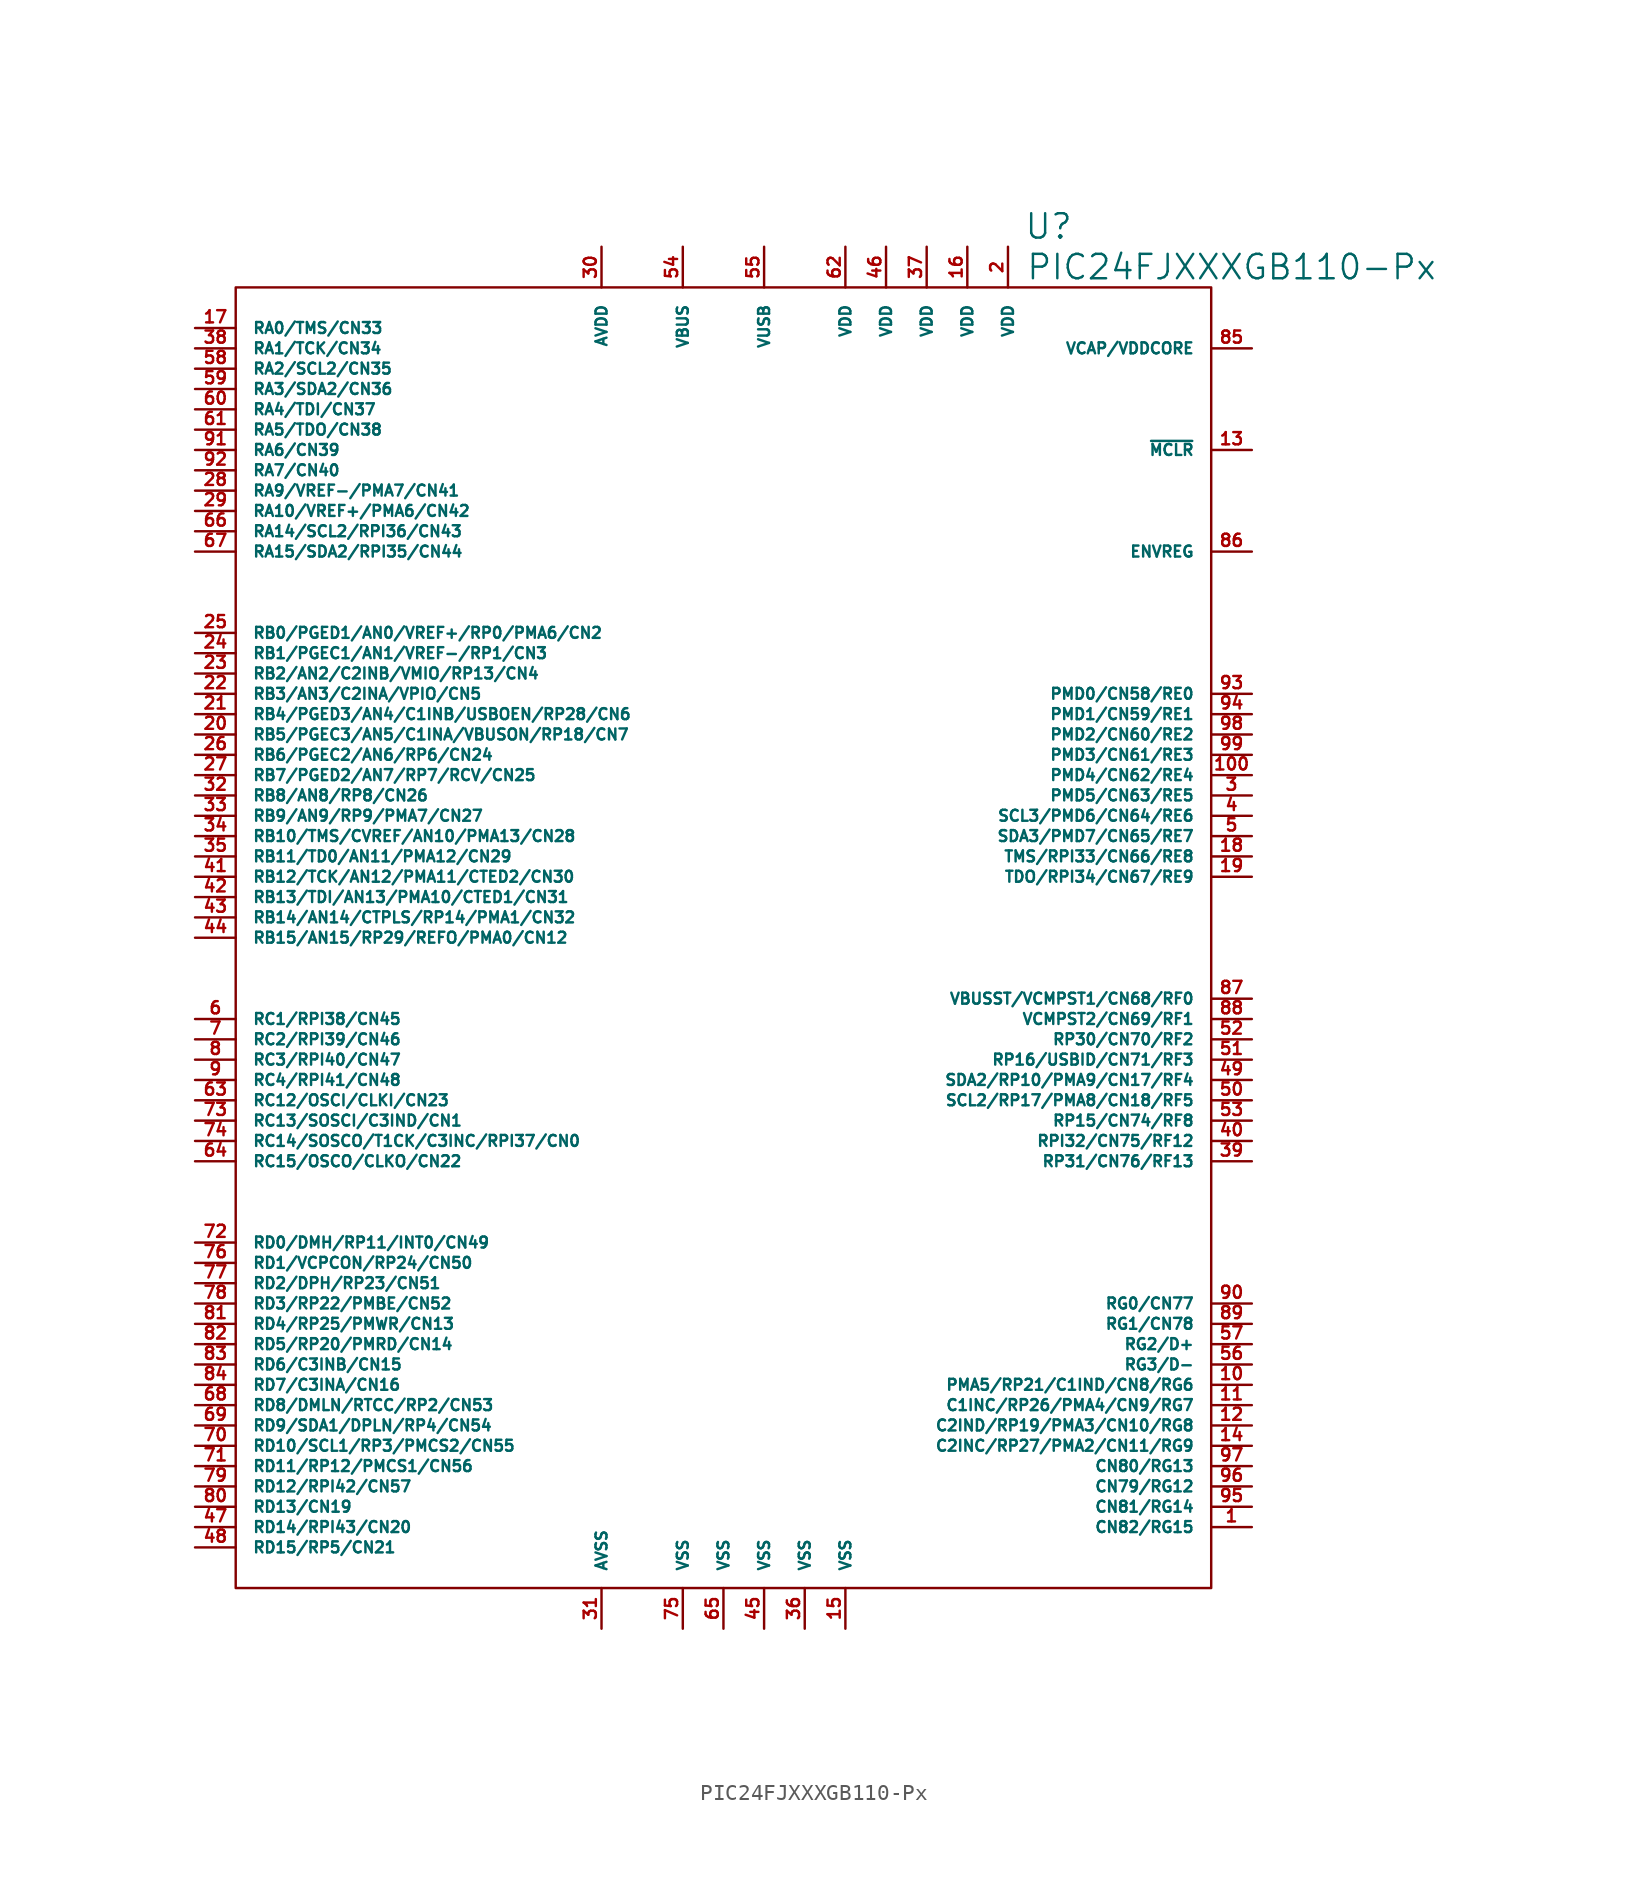
<source format=kicad_sym>
(kicad_symbol_lib
  (version 20220914)
  (generator kicad_symbol_editor)
  (symbol "PIC24FJXXXGB110-Px"
    (pin_names
      (offset 1.016))
    (property "Reference" "U"
      (at 20.32 44.45 0)
      (effects (font (size 1.524 1.524))))
    (property "Value" "PIC24FJXXXGB110-Px"
      (at 31.75 41.91 0)
      (effects (font (size 1.524 1.524))))
    (property "Footprint" ""
      (at 0 -8.89 0)
      (effects (font (size 1.524 1.524))))
    (property "Datasheet" ""
      (at 0 0 0)
      (effects (font (size 1.524 1.524))))
    (symbol "PIC24FJXXXGB110-Px_0_1"
      (rectangle (start -30.48 40.64) (end 30.48 -40.64) (stroke (width 0) (type solid)) (fill (type none))))
    (symbol "PIC24FJXXXGB110-Px_1_1"
      (pin passive line (at 33.02 -36.83 180) (length 2.54) (name "CN82/RG15" (effects (font (size 0.686 0.686)))) (number "1" (effects (font (size 0.762 0.762)))))
      (pin passive line (at 33.02 -27.94 180) (length 2.54) (name "PMA5/RP21/C1IND/CN8/RG6" (effects (font (size 0.686 0.686)))) (number "10" (effects (font (size 0.762 0.762)))))
      (pin passive line (at 33.02 10.16 180) (length 2.54) (name "PMD4/CN62/RE4" (effects (font (size 0.686 0.686)))) (number "100" (effects (font (size 0.762 0.762)))))
      (pin passive line (at 33.02 -29.21 180) (length 2.54) (name "C1INC/RP26/PMA4/CN9/RG7" (effects (font (size 0.686 0.686)))) (number "11" (effects (font (size 0.762 0.762)))))
      (pin passive line (at 33.02 -30.48 180) (length 2.54) (name "C2IND/RP19/PMA3/CN10/RG8" (effects (font (size 0.686 0.686)))) (number "12" (effects (font (size 0.762 0.762)))))
      (pin passive line (at 33.02 30.48 180) (length 2.54) (name "~{MCLR}" (effects (font (size 0.686 0.686)))) (number "13" (effects (font (size 0.762 0.762)))))
      (pin passive line (at 33.02 -31.75 180) (length 2.54) (name "C2INC/RP27/PMA2/CN11/RG9" (effects (font (size 0.686 0.686)))) (number "14" (effects (font (size 0.762 0.762)))))
      (pin passive line (at 7.62 -43.18 90) (length 2.54) (name "VSS" (effects (font (size 0.686 0.686)))) (number "15" (effects (font (size 0.762 0.762)))))
      (pin passive line (at 15.24 43.18 270) (length 2.54) (name "VDD" (effects (font (size 0.686 0.686)))) (number "16" (effects (font (size 0.762 0.762)))))
      (pin passive line (at -33.02 38.1 0) (length 2.54) (name "RA0/TMS/CN33" (effects (font (size 0.686 0.686)))) (number "17" (effects (font (size 0.762 0.762)))))
      (pin passive line (at 33.02 5.08 180) (length 2.54) (name "TMS/RPI33/CN66/RE8" (effects (font (size 0.686 0.686)))) (number "18" (effects (font (size 0.762 0.762)))))
      (pin passive line (at 33.02 3.81 180) (length 2.54) (name "TDO/RPI34/CN67/RE9" (effects (font (size 0.686 0.686)))) (number "19" (effects (font (size 0.762 0.762)))))
      (pin passive line (at 17.78 43.18 270) (length 2.54) (name "VDD" (effects (font (size 0.686 0.686)))) (number "2" (effects (font (size 0.762 0.762)))))
      (pin passive line (at -33.02 12.7 0) (length 2.54) (name "RB5/PGEC3/AN5/C1INA/VBUSON/RP18/CN7" (effects (font (size 0.686 0.686)))) (number "20" (effects (font (size 0.762 0.762)))))
      (pin passive line (at -33.02 13.97 0) (length 2.54) (name "RB4/PGED3/AN4/C1INB/USBOEN/RP28/CN6" (effects (font (size 0.686 0.686)))) (number "21" (effects (font (size 0.762 0.762)))))
      (pin passive line (at -33.02 15.24 0) (length 2.54) (name "RB3/AN3/C2INA/VPIO/CN5" (effects (font (size 0.686 0.686)))) (number "22" (effects (font (size 0.762 0.762)))))
      (pin passive line (at -33.02 16.51 0) (length 2.54) (name "RB2/AN2/C2INB/VMIO/RP13/CN4" (effects (font (size 0.686 0.686)))) (number "23" (effects (font (size 0.762 0.762)))))
      (pin passive line (at -33.02 17.78 0) (length 2.54) (name "RB1/PGEC1/AN1/VREF-/RP1/CN3" (effects (font (size 0.686 0.686)))) (number "24" (effects (font (size 0.762 0.762)))))
      (pin passive line (at -33.02 19.05 0) (length 2.54) (name "RB0/PGED1/AN0/VREF+/RP0/PMA6/CN2" (effects (font (size 0.686 0.686)))) (number "25" (effects (font (size 0.762 0.762)))))
      (pin passive line (at -33.02 11.43 0) (length 2.54) (name "RB6/PGEC2/AN6/RP6/CN24" (effects (font (size 0.686 0.686)))) (number "26" (effects (font (size 0.762 0.762)))))
      (pin passive line (at -33.02 10.16 0) (length 2.54) (name "RB7/PGED2/AN7/RP7/RCV/CN25" (effects (font (size 0.686 0.686)))) (number "27" (effects (font (size 0.762 0.762)))))
      (pin passive line (at -33.02 27.94 0) (length 2.54) (name "RA9/VREF-/PMA7/CN41" (effects (font (size 0.686 0.686)))) (number "28" (effects (font (size 0.762 0.762)))))
      (pin passive line (at -33.02 26.67 0) (length 2.54) (name "RA10/VREF+/PMA6/CN42" (effects (font (size 0.686 0.686)))) (number "29" (effects (font (size 0.762 0.762)))))
      (pin passive line (at 33.02 8.89 180) (length 2.54) (name "PMD5/CN63/RE5" (effects (font (size 0.686 0.686)))) (number "3" (effects (font (size 0.762 0.762)))))
      (pin passive line (at -7.62 43.18 270) (length 2.54) (name "AVDD" (effects (font (size 0.686 0.686)))) (number "30" (effects (font (size 0.762 0.762)))))
      (pin passive line (at -7.62 -43.18 90) (length 2.54) (name "AVSS" (effects (font (size 0.686 0.686)))) (number "31" (effects (font (size 0.762 0.762)))))
      (pin passive line (at -33.02 8.89 0) (length 2.54) (name "RB8/AN8/RP8/CN26" (effects (font (size 0.686 0.686)))) (number "32" (effects (font (size 0.762 0.762)))))
      (pin passive line (at -33.02 7.62 0) (length 2.54) (name "RB9/AN9/RP9/PMA7/CN27" (effects (font (size 0.686 0.686)))) (number "33" (effects (font (size 0.762 0.762)))))
      (pin passive line (at -33.02 6.35 0) (length 2.54) (name "RB10/TMS/CVREF/AN10/PMA13/CN28" (effects (font (size 0.686 0.686)))) (number "34" (effects (font (size 0.762 0.762)))))
      (pin passive line (at -33.02 5.08 0) (length 2.54) (name "RB11/TD0/AN11/PMA12/CN29" (effects (font (size 0.686 0.686)))) (number "35" (effects (font (size 0.762 0.762)))))
      (pin passive line (at 5.08 -43.18 90) (length 2.54) (name "VSS" (effects (font (size 0.686 0.686)))) (number "36" (effects (font (size 0.762 0.762)))))
      (pin passive line (at 12.7 43.18 270) (length 2.54) (name "VDD" (effects (font (size 0.686 0.686)))) (number "37" (effects (font (size 0.762 0.762)))))
      (pin passive line (at -33.02 36.83 0) (length 2.54) (name "RA1/TCK/CN34" (effects (font (size 0.686 0.686)))) (number "38" (effects (font (size 0.762 0.762)))))
      (pin passive line (at 33.02 -13.97 180) (length 2.54) (name "RP31/CN76/RF13" (effects (font (size 0.686 0.686)))) (number "39" (effects (font (size 0.762 0.762)))))
      (pin passive line (at 33.02 7.62 180) (length 2.54) (name "SCL3/PMD6/CN64/RE6" (effects (font (size 0.686 0.686)))) (number "4" (effects (font (size 0.762 0.762)))))
      (pin passive line (at 33.02 -12.7 180) (length 2.54) (name "RPI32/CN75/RF12" (effects (font (size 0.686 0.686)))) (number "40" (effects (font (size 0.762 0.762)))))
      (pin passive line (at -33.02 3.81 0) (length 2.54) (name "RB12/TCK/AN12/PMA11/CTED2/CN30" (effects (font (size 0.686 0.686)))) (number "41" (effects (font (size 0.762 0.762)))))
      (pin passive line (at -33.02 2.54 0) (length 2.54) (name "RB13/TDI/AN13/PMA10/CTED1/CN31" (effects (font (size 0.686 0.686)))) (number "42" (effects (font (size 0.762 0.762)))))
      (pin passive line (at -33.02 1.27 0) (length 2.54) (name "RB14/AN14/CTPLS/RP14/PMA1/CN32" (effects (font (size 0.686 0.686)))) (number "43" (effects (font (size 0.762 0.762)))))
      (pin passive line (at -33.02 0 0) (length 2.54) (name "RB15/AN15/RP29/REFO/PMA0/CN12" (effects (font (size 0.686 0.686)))) (number "44" (effects (font (size 0.762 0.762)))))
      (pin passive line (at 2.54 -43.18 90) (length 2.54) (name "VSS" (effects (font (size 0.686 0.686)))) (number "45" (effects (font (size 0.762 0.762)))))
      (pin passive line (at 10.16 43.18 270) (length 2.54) (name "VDD" (effects (font (size 0.686 0.686)))) (number "46" (effects (font (size 0.762 0.762)))))
      (pin passive line (at -33.02 -36.83 0) (length 2.54) (name "RD14/RPI43/CN20" (effects (font (size 0.686 0.686)))) (number "47" (effects (font (size 0.762 0.762)))))
      (pin passive line (at -33.02 -38.1 0) (length 2.54) (name "RD15/RP5/CN21" (effects (font (size 0.686 0.686)))) (number "48" (effects (font (size 0.762 0.762)))))
      (pin passive line (at 33.02 -8.89 180) (length 2.54) (name "SDA2/RP10/PMA9/CN17/RF4" (effects (font (size 0.686 0.686)))) (number "49" (effects (font (size 0.762 0.762)))))
      (pin passive line (at 33.02 6.35 180) (length 2.54) (name "SDA3/PMD7/CN65/RE7" (effects (font (size 0.686 0.686)))) (number "5" (effects (font (size 0.762 0.762)))))
      (pin passive line (at 33.02 -10.16 180) (length 2.54) (name "SCL2/RP17/PMA8/CN18/RF5" (effects (font (size 0.686 0.686)))) (number "50" (effects (font (size 0.762 0.762)))))
      (pin passive line (at 33.02 -7.62 180) (length 2.54) (name "RP16/USBID/CN71/RF3" (effects (font (size 0.686 0.686)))) (number "51" (effects (font (size 0.762 0.762)))))
      (pin passive line (at 33.02 -6.35 180) (length 2.54) (name "RP30/CN70/RF2" (effects (font (size 0.686 0.686)))) (number "52" (effects (font (size 0.762 0.762)))))
      (pin passive line (at 33.02 -11.43 180) (length 2.54) (name "RP15/CN74/RF8" (effects (font (size 0.686 0.686)))) (number "53" (effects (font (size 0.762 0.762)))))
      (pin passive line (at -2.54 43.18 270) (length 2.54) (name "VBUS" (effects (font (size 0.686 0.686)))) (number "54" (effects (font (size 0.762 0.762)))))
      (pin passive line (at 2.54 43.18 270) (length 2.54) (name "VUSB" (effects (font (size 0.686 0.686)))) (number "55" (effects (font (size 0.762 0.762)))))
      (pin passive line (at 33.02 -26.67 180) (length 2.54) (name "RG3/D-" (effects (font (size 0.686 0.686)))) (number "56" (effects (font (size 0.762 0.762)))))
      (pin passive line (at 33.02 -25.4 180) (length 2.54) (name "RG2/D+" (effects (font (size 0.686 0.686)))) (number "57" (effects (font (size 0.762 0.762)))))
      (pin passive line (at -33.02 35.56 0) (length 2.54) (name "RA2/SCL2/CN35" (effects (font (size 0.686 0.686)))) (number "58" (effects (font (size 0.762 0.762)))))
      (pin passive line (at -33.02 34.29 0) (length 2.54) (name "RA3/SDA2/CN36" (effects (font (size 0.686 0.686)))) (number "59" (effects (font (size 0.762 0.762)))))
      (pin passive line (at -33.02 -5.08 0) (length 2.54) (name "RC1/RPI38/CN45" (effects (font (size 0.686 0.686)))) (number "6" (effects (font (size 0.762 0.762)))))
      (pin passive line (at -33.02 33.02 0) (length 2.54) (name "RA4/TDI/CN37" (effects (font (size 0.686 0.686)))) (number "60" (effects (font (size 0.762 0.762)))))
      (pin passive line (at -33.02 31.75 0) (length 2.54) (name "RA5/TDO/CN38" (effects (font (size 0.686 0.686)))) (number "61" (effects (font (size 0.762 0.762)))))
      (pin passive line (at 7.62 43.18 270) (length 2.54) (name "VDD" (effects (font (size 0.686 0.686)))) (number "62" (effects (font (size 0.762 0.762)))))
      (pin passive line (at -33.02 -10.16 0) (length 2.54) (name "RC12/OSCI/CLKI/CN23" (effects (font (size 0.686 0.686)))) (number "63" (effects (font (size 0.762 0.762)))))
      (pin passive line (at -33.02 -13.97 0) (length 2.54) (name "RC15/OSCO/CLKO/CN22" (effects (font (size 0.686 0.686)))) (number "64" (effects (font (size 0.762 0.762)))))
      (pin passive line (at 0 -43.18 90) (length 2.54) (name "VSS" (effects (font (size 0.686 0.686)))) (number "65" (effects (font (size 0.762 0.762)))))
      (pin passive line (at -33.02 25.4 0) (length 2.54) (name "RA14/SCL2/RPI36/CN43" (effects (font (size 0.686 0.686)))) (number "66" (effects (font (size 0.762 0.762)))))
      (pin passive line (at -33.02 24.13 0) (length 2.54) (name "RA15/SDA2/RPI35/CN44" (effects (font (size 0.686 0.686)))) (number "67" (effects (font (size 0.762 0.762)))))
      (pin passive line (at -33.02 -29.21 0) (length 2.54) (name "RD8/DMLN/RTCC/RP2/CN53" (effects (font (size 0.686 0.686)))) (number "68" (effects (font (size 0.762 0.762)))))
      (pin passive line (at -33.02 -30.48 0) (length 2.54) (name "RD9/SDA1/DPLN/RP4/CN54" (effects (font (size 0.686 0.686)))) (number "69" (effects (font (size 0.762 0.762)))))
      (pin passive line (at -33.02 -6.35 0) (length 2.54) (name "RC2/RPI39/CN46" (effects (font (size 0.686 0.686)))) (number "7" (effects (font (size 0.762 0.762)))))
      (pin passive line (at -33.02 -31.75 0) (length 2.54) (name "RD10/SCL1/RP3/PMCS2/CN55" (effects (font (size 0.686 0.686)))) (number "70" (effects (font (size 0.762 0.762)))))
      (pin passive line (at -33.02 -33.02 0) (length 2.54) (name "RD11/RP12/PMCS1/CN56" (effects (font (size 0.686 0.686)))) (number "71" (effects (font (size 0.762 0.762)))))
      (pin passive line (at -33.02 -19.05 0) (length 2.54) (name "RD0/DMH/RP11/INT0/CN49" (effects (font (size 0.686 0.686)))) (number "72" (effects (font (size 0.762 0.762)))))
      (pin passive line (at -33.02 -11.43 0) (length 2.54) (name "RC13/SOSCI/C3IND/CN1" (effects (font (size 0.686 0.686)))) (number "73" (effects (font (size 0.762 0.762)))))
      (pin passive line (at -33.02 -12.7 0) (length 2.54) (name "RC14/SOSCO/T1CK/C3INC/RPI37/CN0" (effects (font (size 0.686 0.686)))) (number "74" (effects (font (size 0.762 0.762)))))
      (pin passive line (at -2.54 -43.18 90) (length 2.54) (name "VSS" (effects (font (size 0.686 0.686)))) (number "75" (effects (font (size 0.762 0.762)))))
      (pin passive line (at -33.02 -20.32 0) (length 2.54) (name "RD1/VCPCON/RP24/CN50" (effects (font (size 0.686 0.686)))) (number "76" (effects (font (size 0.762 0.762)))))
      (pin passive line (at -33.02 -21.59 0) (length 2.54) (name "RD2/DPH/RP23/CN51" (effects (font (size 0.686 0.686)))) (number "77" (effects (font (size 0.762 0.762)))))
      (pin passive line (at -33.02 -22.86 0) (length 2.54) (name "RD3/RP22/PMBE/CN52" (effects (font (size 0.686 0.686)))) (number "78" (effects (font (size 0.762 0.762)))))
      (pin passive line (at -33.02 -34.29 0) (length 2.54) (name "RD12/RPI42/CN57" (effects (font (size 0.686 0.686)))) (number "79" (effects (font (size 0.762 0.762)))))
      (pin passive line (at -33.02 -7.62 0) (length 2.54) (name "RC3/RPI40/CN47" (effects (font (size 0.686 0.686)))) (number "8" (effects (font (size 0.762 0.762)))))
      (pin passive line (at -33.02 -35.56 0) (length 2.54) (name "RD13/CN19" (effects (font (size 0.686 0.686)))) (number "80" (effects (font (size 0.762 0.762)))))
      (pin passive line (at -33.02 -24.13 0) (length 2.54) (name "RD4/RP25/PMWR/CN13" (effects (font (size 0.686 0.686)))) (number "81" (effects (font (size 0.762 0.762)))))
      (pin passive line (at -33.02 -25.4 0) (length 2.54) (name "RD5/RP20/PMRD/CN14" (effects (font (size 0.686 0.686)))) (number "82" (effects (font (size 0.762 0.762)))))
      (pin passive line (at -33.02 -26.67 0) (length 2.54) (name "RD6/C3INB/CN15" (effects (font (size 0.686 0.686)))) (number "83" (effects (font (size 0.762 0.762)))))
      (pin passive line (at -33.02 -27.94 0) (length 2.54) (name "RD7/C3INA/CN16" (effects (font (size 0.686 0.686)))) (number "84" (effects (font (size 0.762 0.762)))))
      (pin passive line (at 33.02 36.83 180) (length 2.54) (name "VCAP/VDDCORE" (effects (font (size 0.686 0.686)))) (number "85" (effects (font (size 0.762 0.762)))))
      (pin passive line (at 33.02 24.13 180) (length 2.54) (name "ENVREG" (effects (font (size 0.686 0.686)))) (number "86" (effects (font (size 0.762 0.762)))))
      (pin passive line (at 33.02 -3.81 180) (length 2.54) (name "VBUSST/VCMPST1/CN68/RF0" (effects (font (size 0.686 0.686)))) (number "87" (effects (font (size 0.762 0.762)))))
      (pin passive line (at 33.02 -5.08 180) (length 2.54) (name "VCMPST2/CN69/RF1" (effects (font (size 0.686 0.686)))) (number "88" (effects (font (size 0.762 0.762)))))
      (pin passive line (at 33.02 -24.13 180) (length 2.54) (name "RG1/CN78" (effects (font (size 0.686 0.686)))) (number "89" (effects (font (size 0.762 0.762)))))
      (pin passive line (at -33.02 -8.89 0) (length 2.54) (name "RC4/RPI41/CN48" (effects (font (size 0.686 0.686)))) (number "9" (effects (font (size 0.762 0.762)))))
      (pin passive line (at 33.02 -22.86 180) (length 2.54) (name "RG0/CN77" (effects (font (size 0.686 0.686)))) (number "90" (effects (font (size 0.762 0.762)))))
      (pin passive line (at -33.02 30.48 0) (length 2.54) (name "RA6/CN39" (effects (font (size 0.686 0.686)))) (number "91" (effects (font (size 0.762 0.762)))))
      (pin passive line (at -33.02 29.21 0) (length 2.54) (name "RA7/CN40" (effects (font (size 0.686 0.686)))) (number "92" (effects (font (size 0.762 0.762)))))
      (pin passive line (at 33.02 15.24 180) (length 2.54) (name "PMD0/CN58/RE0" (effects (font (size 0.686 0.686)))) (number "93" (effects (font (size 0.762 0.762)))))
      (pin passive line (at 33.02 13.97 180) (length 2.54) (name "PMD1/CN59/RE1" (effects (font (size 0.686 0.686)))) (number "94" (effects (font (size 0.762 0.762)))))
      (pin passive line (at 33.02 -35.56 180) (length 2.54) (name "CN81/RG14" (effects (font (size 0.686 0.686)))) (number "95" (effects (font (size 0.762 0.762)))))
      (pin passive line (at 33.02 -34.29 180) (length 2.54) (name "CN79/RG12" (effects (font (size 0.686 0.686)))) (number "96" (effects (font (size 0.762 0.762)))))
      (pin passive line (at 33.02 -33.02 180) (length 2.54) (name "CN80/RG13" (effects (font (size 0.686 0.686)))) (number "97" (effects (font (size 0.762 0.762)))))
      (pin passive line (at 33.02 12.7 180) (length 2.54) (name "PMD2/CN60/RE2" (effects (font (size 0.686 0.686)))) (number "98" (effects (font (size 0.762 0.762)))))
      (pin passive line (at 33.02 11.43 180) (length 2.54) (name "PMD3/CN61/RE3" (effects (font (size 0.686 0.686)))) (number "99" (effects (font (size 0.762 0.762))))))))
</source>
